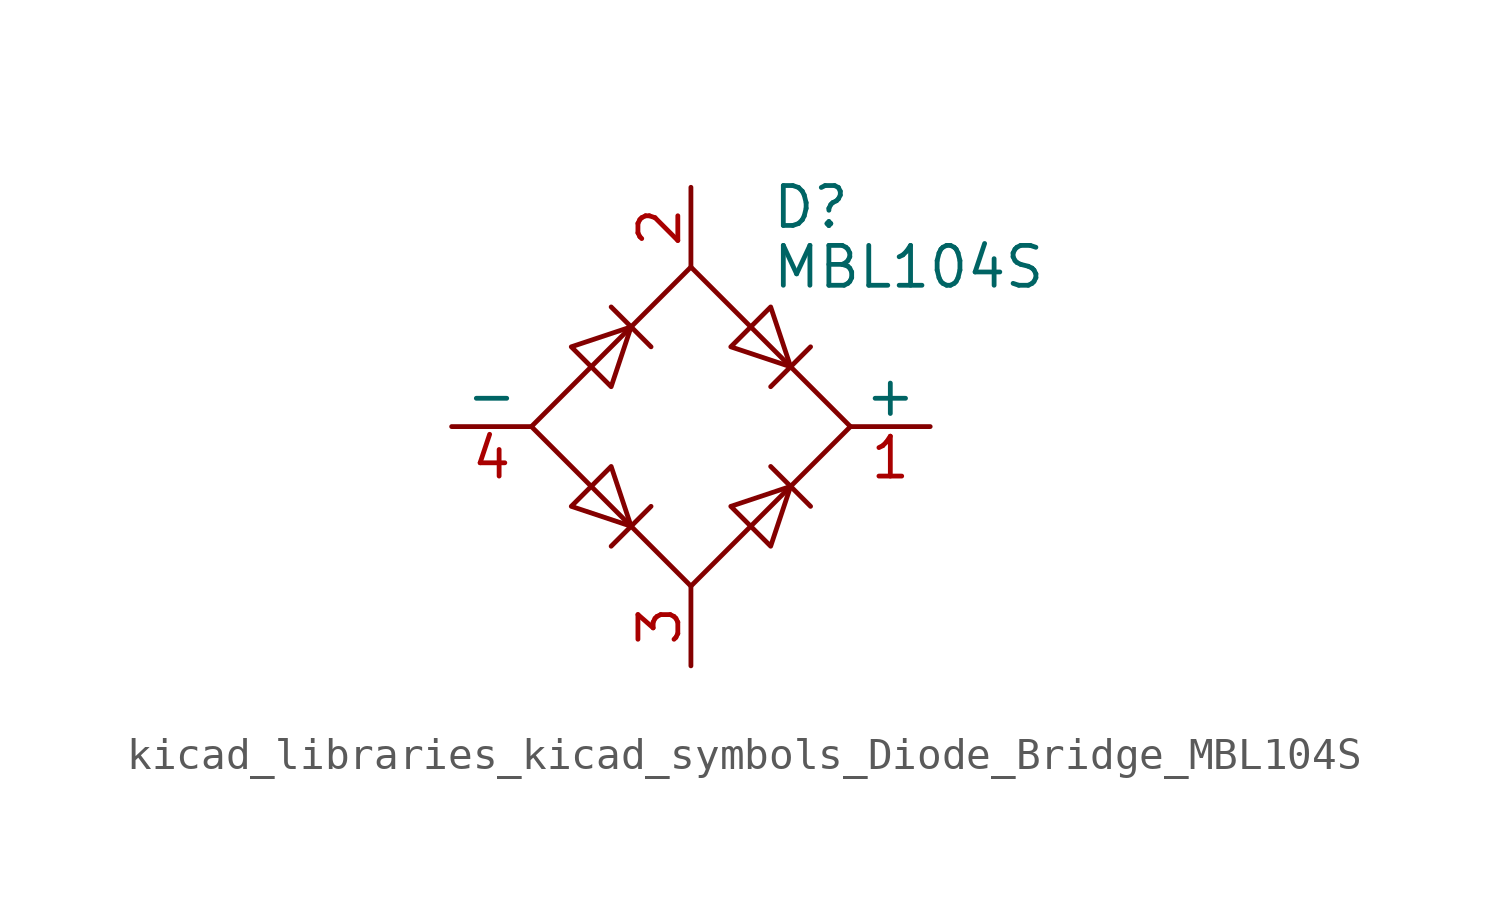
<source format=kicad_sym>
(kicad_symbol_lib
  (version 20220914)
  (generator kicad_symbol_editor)
  (symbol "kicad_libraries_kicad_symbols_Diode_Bridge_MBL104S"
    (pin_names
      (offset 0))
    (property "Reference" "D"
      (at 2.54 6.985 0)
      (effects (font (size 1.27 1.27)) (justify left)))
    (property "Value" "MBL104S"
      (at 2.54 5.08 0)
      (effects (font (size 1.27 1.27)) (justify left)))
    (symbol "kicad_libraries_kicad_symbols_Diode_Bridge_MBL104S_0_1"
      (polyline (pts (xy -2.54 3.81) (xy -1.27 2.54)) (stroke (width 0) (type default)) (fill (type none)))
      (polyline (pts (xy -1.27 -2.54) (xy -2.54 -3.81)) (stroke (width 0) (type default)) (fill (type none)))
      (polyline (pts (xy 2.54 -1.27) (xy 3.81 -2.54)) (stroke (width 0) (type default)) (fill (type none)))
      (polyline (pts (xy 2.54 1.27) (xy 3.81 2.54)) (stroke (width 0) (type default)) (fill (type none)))
      (polyline (pts (xy -3.81 2.54) (xy -2.54 1.27) (xy -1.905 3.175) (xy -3.81 2.54)) (stroke (width 0) (type default)) (fill (type none)))
      (polyline (pts (xy -2.54 -1.27) (xy -3.81 -2.54) (xy -1.905 -3.175) (xy -2.54 -1.27)) (stroke (width 0) (type default)) (fill (type none)))
      (polyline (pts (xy 1.27 2.54) (xy 2.54 3.81) (xy 3.175 1.905) (xy 1.27 2.54)) (stroke (width 0) (type default)) (fill (type none)))
      (polyline (pts (xy 3.175 -1.905) (xy 1.27 -2.54) (xy 2.54 -3.81) (xy 3.175 -1.905)) (stroke (width 0) (type default)) (fill (type none)))
      (polyline (pts (xy -5.08 0) (xy 0 -5.08) (xy 5.08 0) (xy 0 5.08) (xy -5.08 0)) (stroke (width 0) (type default)) (fill (type none))))
    (symbol "kicad_libraries_kicad_symbols_Diode_Bridge_MBL104S_1_1"
      (pin passive line (at 7.62 0 180) (length 2.54) (name "+" (effects (font (size 1.27 1.27)))) (number "1" (effects (font (size 1.27 1.27)))))
      (pin passive line (at 0 7.62 270) (length 2.54) (name "~" (effects (font (size 1.27 1.27)))) (number "2" (effects (font (size 1.27 1.27)))))
      (pin passive line (at 0 -7.62 90) (length 2.54) (name "~" (effects (font (size 1.27 1.27)))) (number "3" (effects (font (size 1.27 1.27)))))
      (pin passive line (at -7.62 0 0) (length 2.54) (name "-" (effects (font (size 1.27 1.27)))) (number "4" (effects (font (size 1.27 1.27))))))))
</source>
